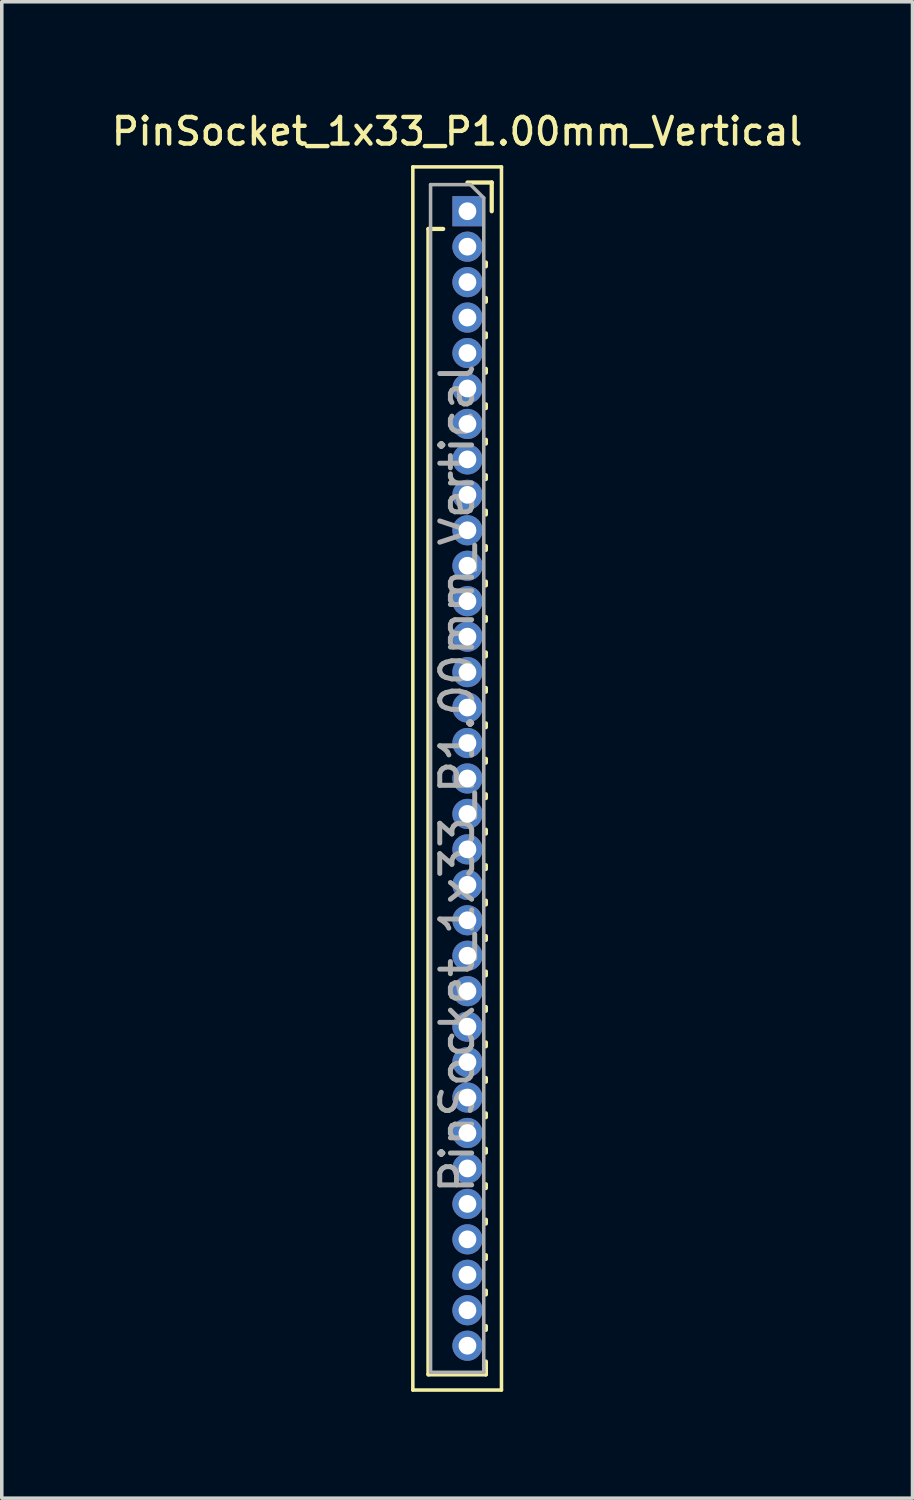
<source format=kicad_pcb>
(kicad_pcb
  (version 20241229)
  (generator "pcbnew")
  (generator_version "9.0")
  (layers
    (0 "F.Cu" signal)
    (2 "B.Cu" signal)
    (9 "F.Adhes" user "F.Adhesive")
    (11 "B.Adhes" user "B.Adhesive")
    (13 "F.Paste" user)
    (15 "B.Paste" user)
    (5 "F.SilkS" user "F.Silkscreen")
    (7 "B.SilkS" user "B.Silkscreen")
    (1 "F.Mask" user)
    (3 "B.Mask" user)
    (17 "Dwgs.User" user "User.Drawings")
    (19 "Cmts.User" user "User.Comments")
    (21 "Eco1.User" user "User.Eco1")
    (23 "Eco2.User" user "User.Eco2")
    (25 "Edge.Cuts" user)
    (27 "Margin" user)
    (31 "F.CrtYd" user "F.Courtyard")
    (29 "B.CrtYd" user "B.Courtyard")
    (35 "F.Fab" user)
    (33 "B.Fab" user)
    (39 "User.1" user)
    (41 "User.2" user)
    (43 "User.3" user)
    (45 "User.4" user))
  (footprint "PinSocket_1x33_P1.00mm_Vertical"
    (layer "F.Cu")
    (at 10.135 2.908)
    (property "Reference" "PinSocket_1x33_P1.00mm_Vertical" (at -0.29 -2.25 0) (layer "F.SilkS") (effects (font (size 0.75 0.75) (thickness 0.125))))
    (attr through_hole)
    (fp_line (start -1.54 -1.25) (end 0.96 -1.25) (stroke (width 0.1) (type solid)) (layer "F.SilkS"))
    (fp_line (start -1.54 33.25) (end -1.54 -1.25) (stroke (width 0.1) (type solid)) (layer "F.SilkS"))
    (fp_line (start -1.1 0.5) (end -1.1 32.81) (stroke (width 0.12) (type solid)) (layer "F.SilkS"))
    (fp_line (start -1.1 0.5) (end -0.685 0.5) (stroke (width 0.12) (type solid)) (layer "F.SilkS"))
    (fp_line (start -1.1 32.81) (end 0.52 32.81) (stroke (width 0.12) (type solid)) (layer "F.SilkS"))
    (fp_line (start 0 -0.81) (end 0.685 -0.81) (stroke (width 0.12) (type solid)) (layer "F.SilkS"))
    (fp_line (start 0.52 1.446) (end 0.52 1.554) (stroke (width 0.12) (type solid)) (layer "F.SilkS"))
    (fp_line (start 0.52 2.446) (end 0.52 2.554) (stroke (width 0.12) (type solid)) (layer "F.SilkS"))
    (fp_line (start 0.52 3.446) (end 0.52 3.554) (stroke (width 0.12) (type solid)) (layer "F.SilkS"))
    (fp_line (start 0.52 4.446) (end 0.52 4.554) (stroke (width 0.12) (type solid)) (layer "F.SilkS"))
    (fp_line (start 0.52 5.446) (end 0.52 5.554) (stroke (width 0.12) (type solid)) (layer "F.SilkS"))
    (fp_line (start 0.52 6.446) (end 0.52 6.554) (stroke (width 0.12) (type solid)) (layer "F.SilkS"))
    (fp_line (start 0.52 7.446) (end 0.52 7.554) (stroke (width 0.12) (type solid)) (layer "F.SilkS"))
    (fp_line (start 0.52 8.446) (end 0.52 8.554) (stroke (width 0.12) (type solid)) (layer "F.SilkS"))
    (fp_line (start 0.52 9.446) (end 0.52 9.554) (stroke (width 0.12) (type solid)) (layer "F.SilkS"))
    (fp_line (start 0.52 10.446) (end 0.52 10.554) (stroke (width 0.12) (type solid)) (layer "F.SilkS"))
    (fp_line (start 0.52 11.446) (end 0.52 11.554) (stroke (width 0.12) (type solid)) (layer "F.SilkS"))
    (fp_line (start 0.52 12.446) (end 0.52 12.554) (stroke (width 0.12) (type solid)) (layer "F.SilkS"))
    (fp_line (start 0.52 13.446) (end 0.52 13.554) (stroke (width 0.12) (type solid)) (layer "F.SilkS"))
    (fp_line (start 0.52 14.446) (end 0.52 14.554) (stroke (width 0.12) (type solid)) (layer "F.SilkS"))
    (fp_line (start 0.52 15.446) (end 0.52 15.554) (stroke (width 0.12) (type solid)) (layer "F.SilkS"))
    (fp_line (start 0.52 16.446) (end 0.52 16.554) (stroke (width 0.12) (type solid)) (layer "F.SilkS"))
    (fp_line (start 0.52 17.446) (end 0.52 17.554) (stroke (width 0.12) (type solid)) (layer "F.SilkS"))
    (fp_line (start 0.52 18.446) (end 0.52 18.554) (stroke (width 0.12) (type solid)) (layer "F.SilkS"))
    (fp_line (start 0.52 19.446) (end 0.52 19.554) (stroke (width 0.12) (type solid)) (layer "F.SilkS"))
    (fp_line (start 0.52 20.446) (end 0.52 20.554) (stroke (width 0.12) (type solid)) (layer "F.SilkS"))
    (fp_line (start 0.52 21.446) (end 0.52 21.554) (stroke (width 0.12) (type solid)) (layer "F.SilkS"))
    (fp_line (start 0.52 22.446) (end 0.52 22.554) (stroke (width 0.12) (type solid)) (layer "F.SilkS"))
    (fp_line (start 0.52 23.446) (end 0.52 23.554) (stroke (width 0.12) (type solid)) (layer "F.SilkS"))
    (fp_line (start 0.52 24.446) (end 0.52 24.554) (stroke (width 0.12) (type solid)) (layer "F.SilkS"))
    (fp_line (start 0.52 25.446) (end 0.52 25.554) (stroke (width 0.12) (type solid)) (layer "F.SilkS"))
    (fp_line (start 0.52 26.446) (end 0.52 26.554) (stroke (width 0.12) (type solid)) (layer "F.SilkS"))
    (fp_line (start 0.52 27.446) (end 0.52 27.554) (stroke (width 0.12) (type solid)) (layer "F.SilkS"))
    (fp_line (start 0.52 28.446) (end 0.52 28.554) (stroke (width 0.12) (type solid)) (layer "F.SilkS"))
    (fp_line (start 0.52 29.446) (end 0.52 29.554) (stroke (width 0.12) (type solid)) (layer "F.SilkS"))
    (fp_line (start 0.52 30.446) (end 0.52 30.554) (stroke (width 0.12) (type solid)) (layer "F.SilkS"))
    (fp_line (start 0.52 31.446) (end 0.52 31.554) (stroke (width 0.12) (type solid)) (layer "F.SilkS"))
    (fp_line (start 0.52 32.446) (end 0.52 32.81) (stroke (width 0.12) (type solid)) (layer "F.SilkS"))
    (fp_line (start 0.685 -0.81) (end 0.685 0) (stroke (width 0.12) (type solid)) (layer "F.SilkS"))
    (fp_line (start 0.96 -1.25) (end 0.96 33.25) (stroke (width 0.1) (type solid)) (layer "F.SilkS"))
    (fp_line (start 0.96 33.25) (end -1.54 33.25) (stroke (width 0.1) (type solid)) (layer "F.SilkS"))
    (fp_line (start -1.04 -0.75) (end 0.085 -0.75) (stroke (width 0.1) (type solid)) (layer "F.Fab"))
    (fp_line (start -1.04 32.75) (end -1.04 -0.75) (stroke (width 0.1) (type solid)) (layer "F.Fab"))
    (fp_line (start 0.085 -0.75) (end 0.46 -0.375) (stroke (width 0.1) (type solid)) (layer "F.Fab"))
    (fp_line (start 0.46 -0.375) (end 0.46 32.75) (stroke (width 0.1) (type solid)) (layer "F.Fab"))
    (fp_line (start 0.46 32.75) (end -1.04 32.75) (stroke (width 0.1) (type solid)) (layer "F.Fab"))
    (fp_text user "${REFERENCE}" (at -0.29 16 90) (layer "F.Fab") (effects (font (size 0.9 0.9) (thickness 0.14))))
    (pad "1" thru_hole rect (at 0 0) (size 0.85 0.85) (drill 0.5) (layers "*.Cu" "*.Mask"))
    (pad "2" thru_hole oval (at 0 1) (size 0.85 0.85) (drill 0.5) (layers "*.Cu" "*.Mask"))
    (pad "3" thru_hole oval (at 0 2) (size 0.85 0.85) (drill 0.5) (layers "*.Cu" "*.Mask"))
    (pad "4" thru_hole oval (at 0 3) (size 0.85 0.85) (drill 0.5) (layers "*.Cu" "*.Mask"))
    (pad "5" thru_hole oval (at 0 4) (size 0.85 0.85) (drill 0.5) (layers "*.Cu" "*.Mask"))
    (pad "6" thru_hole oval (at 0 5) (size 0.85 0.85) (drill 0.5) (layers "*.Cu" "*.Mask"))
    (pad "7" thru_hole oval (at 0 6) (size 0.85 0.85) (drill 0.5) (layers "*.Cu" "*.Mask"))
    (pad "8" thru_hole oval (at 0 7) (size 0.85 0.85) (drill 0.5) (layers "*.Cu" "*.Mask"))
    (pad "9" thru_hole oval (at 0 8) (size 0.85 0.85) (drill 0.5) (layers "*.Cu" "*.Mask"))
    (pad "10" thru_hole oval (at 0 9) (size 0.85 0.85) (drill 0.5) (layers "*.Cu" "*.Mask"))
    (pad "11" thru_hole oval (at 0 10) (size 0.85 0.85) (drill 0.5) (layers "*.Cu" "*.Mask"))
    (pad "12" thru_hole oval (at 0 11) (size 0.85 0.85) (drill 0.5) (layers "*.Cu" "*.Mask"))
    (pad "13" thru_hole oval (at 0 12) (size 0.85 0.85) (drill 0.5) (layers "*.Cu" "*.Mask"))
    (pad "14" thru_hole oval (at 0 13) (size 0.85 0.85) (drill 0.5) (layers "*.Cu" "*.Mask"))
    (pad "15" thru_hole oval (at 0 14) (size 0.85 0.85) (drill 0.5) (layers "*.Cu" "*.Mask"))
    (pad "16" thru_hole oval (at 0 15) (size 0.85 0.85) (drill 0.5) (layers "*.Cu" "*.Mask"))
    (pad "17" thru_hole oval (at 0 16) (size 0.85 0.85) (drill 0.5) (layers "*.Cu" "*.Mask"))
    (pad "18" thru_hole oval (at 0 17) (size 0.85 0.85) (drill 0.5) (layers "*.Cu" "*.Mask"))
    (pad "19" thru_hole oval (at 0 18) (size 0.85 0.85) (drill 0.5) (layers "*.Cu" "*.Mask"))
    (pad "20" thru_hole oval (at 0 19) (size 0.85 0.85) (drill 0.5) (layers "*.Cu" "*.Mask"))
    (pad "21" thru_hole oval (at 0 20) (size 0.85 0.85) (drill 0.5) (layers "*.Cu" "*.Mask"))
    (pad "22" thru_hole oval (at 0 21) (size 0.85 0.85) (drill 0.5) (layers "*.Cu" "*.Mask"))
    (pad "23" thru_hole oval (at 0 22) (size 0.85 0.85) (drill 0.5) (layers "*.Cu" "*.Mask"))
    (pad "24" thru_hole oval (at 0 23) (size 0.85 0.85) (drill 0.5) (layers "*.Cu" "*.Mask"))
    (pad "25" thru_hole oval (at 0 24) (size 0.85 0.85) (drill 0.5) (layers "*.Cu" "*.Mask"))
    (pad "26" thru_hole oval (at 0 25) (size 0.85 0.85) (drill 0.5) (layers "*.Cu" "*.Mask"))
    (pad "27" thru_hole oval (at 0 26) (size 0.85 0.85) (drill 0.5) (layers "*.Cu" "*.Mask"))
    (pad "28" thru_hole oval (at 0 27) (size 0.85 0.85) (drill 0.5) (layers "*.Cu" "*.Mask"))
    (pad "29" thru_hole oval (at 0 28) (size 0.85 0.85) (drill 0.5) (layers "*.Cu" "*.Mask"))
    (pad "30" thru_hole oval (at 0 29) (size 0.85 0.85) (drill 0.5) (layers "*.Cu" "*.Mask"))
    (pad "31" thru_hole oval (at 0 30) (size 0.85 0.85) (drill 0.5) (layers "*.Cu" "*.Mask"))
    (pad "32" thru_hole oval (at 0 31) (size 0.85 0.85) (drill 0.5) (layers "*.Cu" "*.Mask"))
    (pad "33" thru_hole oval (at 0 32) (size 0.85 0.85) (drill 0.5) (layers "*.Cu" "*.Mask")))
  (gr_rect
    (start -3 -3)
    (end 22.689 39.208)
    (stroke (width 0.1) (type default))
    (fill no)
    (layer "Edge.Cuts")))
</source>
